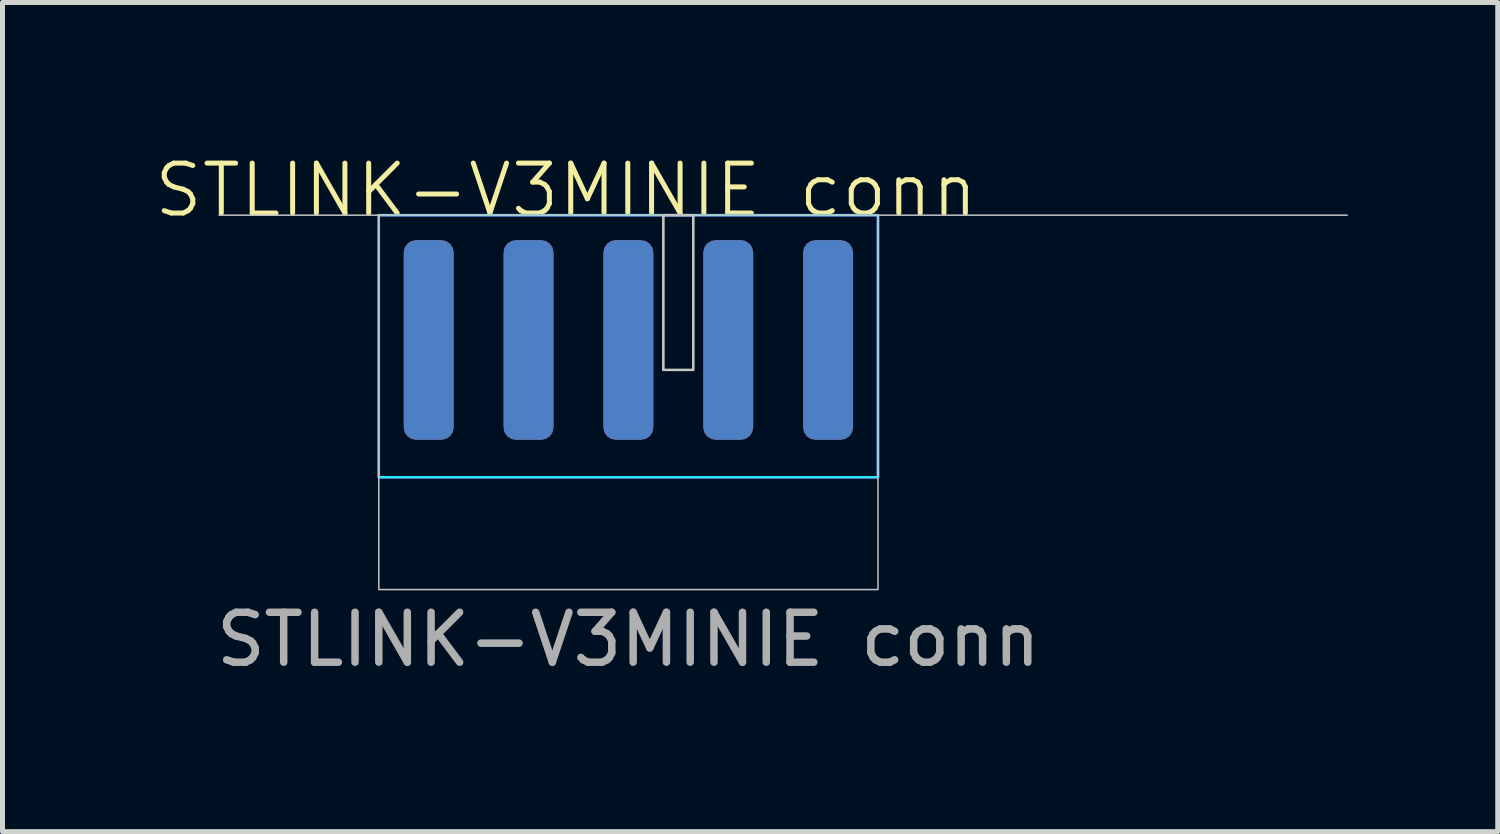
<source format=kicad_pcb>
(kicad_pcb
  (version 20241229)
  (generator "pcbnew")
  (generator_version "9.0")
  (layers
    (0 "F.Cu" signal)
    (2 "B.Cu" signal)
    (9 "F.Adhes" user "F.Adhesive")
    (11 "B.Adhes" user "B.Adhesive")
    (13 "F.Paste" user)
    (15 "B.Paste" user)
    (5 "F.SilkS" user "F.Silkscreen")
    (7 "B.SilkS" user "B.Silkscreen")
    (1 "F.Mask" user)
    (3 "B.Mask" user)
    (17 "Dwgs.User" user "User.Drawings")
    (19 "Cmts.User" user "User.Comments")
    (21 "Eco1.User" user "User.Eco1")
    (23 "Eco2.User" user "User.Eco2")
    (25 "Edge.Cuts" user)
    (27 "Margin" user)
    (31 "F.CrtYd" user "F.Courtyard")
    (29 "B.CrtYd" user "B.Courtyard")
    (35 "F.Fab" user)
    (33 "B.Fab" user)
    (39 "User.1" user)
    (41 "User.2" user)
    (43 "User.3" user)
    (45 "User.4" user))
  (footprint "STLINK-V3MINIE conn"
    (layer "F.Cu")
    (at 9.538 3.76)
    (property "Reference" "STLINK-V3MINIE conn" (at -1.25 -3 0) (unlocked yes) (layer "F.SilkS") (effects (font (size 1 1) (thickness 0.1))))
    (attr smd)
    (fp_line (start -5 -2.5) (end -8.2 -2.5) (stroke (width 0.03) (type default)) (layer "Dwgs.User"))
    (fp_line (start 5 -2.5) (end 14.4 -2.5) (stroke (width 0.03) (type default)) (layer "Dwgs.User"))
    (fp_rect (start -5 -2.5) (end 5 5) (stroke (width 0.03) (type default)) (fill no) (layer "Dwgs.User"))
    (fp_rect (start 0.7 -2.5) (end 1.3 0.6) (stroke (width 0.03) (type default)) (fill no) (layer "Dwgs.User"))
    (fp_rect (start 0.7 -2.5) (end 1.3 0.6) (stroke (width 0.05) (type default)) (fill no) (layer "Edge.Cuts"))
    (fp_rect (start -5 -2.5) (end 5 2.75) (stroke (width 0.05) (type default)) (fill no) (layer "B.CrtYd"))
    (fp_rect (start -5 -2.5) (end 5 2.75) (stroke (width 0.05) (type default)) (fill no) (layer "F.CrtYd"))
    (fp_text user "${REFERENCE}" (at 0 6 0) (unlocked yes) (layer "F.Fab") (effects (font (size 1 1) (thickness 0.15))))
    (pad "1" smd roundrect (at -4 0) (size 1 4) (layers "F.Cu" "F.Mask" "F.Paste") (roundrect_rratio 0.25))
    (pad "2" smd roundrect (at -2 0) (size 1 4) (layers "F.Cu" "F.Mask" "F.Paste") (roundrect_rratio 0.25))
    (pad "3" smd roundrect (at 0 0) (size 1 4) (layers "F.Cu" "F.Mask" "F.Paste") (roundrect_rratio 0.25))
    (pad "4" smd roundrect (at 2 0) (size 1 4) (layers "F.Cu" "F.Mask" "F.Paste") (roundrect_rratio 0.25))
    (pad "5" smd roundrect (at 4 0) (size 1 4) (layers "F.Cu" "F.Mask" "F.Paste") (roundrect_rratio 0.25))
    (pad "6" smd roundrect (at -4 0) (size 1 4) (layers "B.Cu" "B.Mask" "B.Paste") (roundrect_rratio 0.25))
    (pad "7" smd roundrect (at -2 0) (size 1 4) (layers "B.Cu" "B.Mask" "B.Paste") (roundrect_rratio 0.25))
    (pad "8" smd roundrect (at 0 0) (size 1 4) (layers "B.Cu" "B.Mask" "B.Paste") (roundrect_rratio 0.25))
    (pad "9" smd roundrect (at 2 0) (size 1 4) (layers "B.Cu" "B.Mask" "B.Paste") (roundrect_rratio 0.25))
    (pad "10" smd roundrect (at 4 0) (size 1 4) (layers "B.Cu" "B.Mask" "B.Paste") (roundrect_rratio 0.25)))
  (gr_rect
    (start -3 -3)
    (end 26.953 13.609)
    (stroke (width 0.1) (type default))
    (fill no)
    (layer "Edge.Cuts")))
</source>
